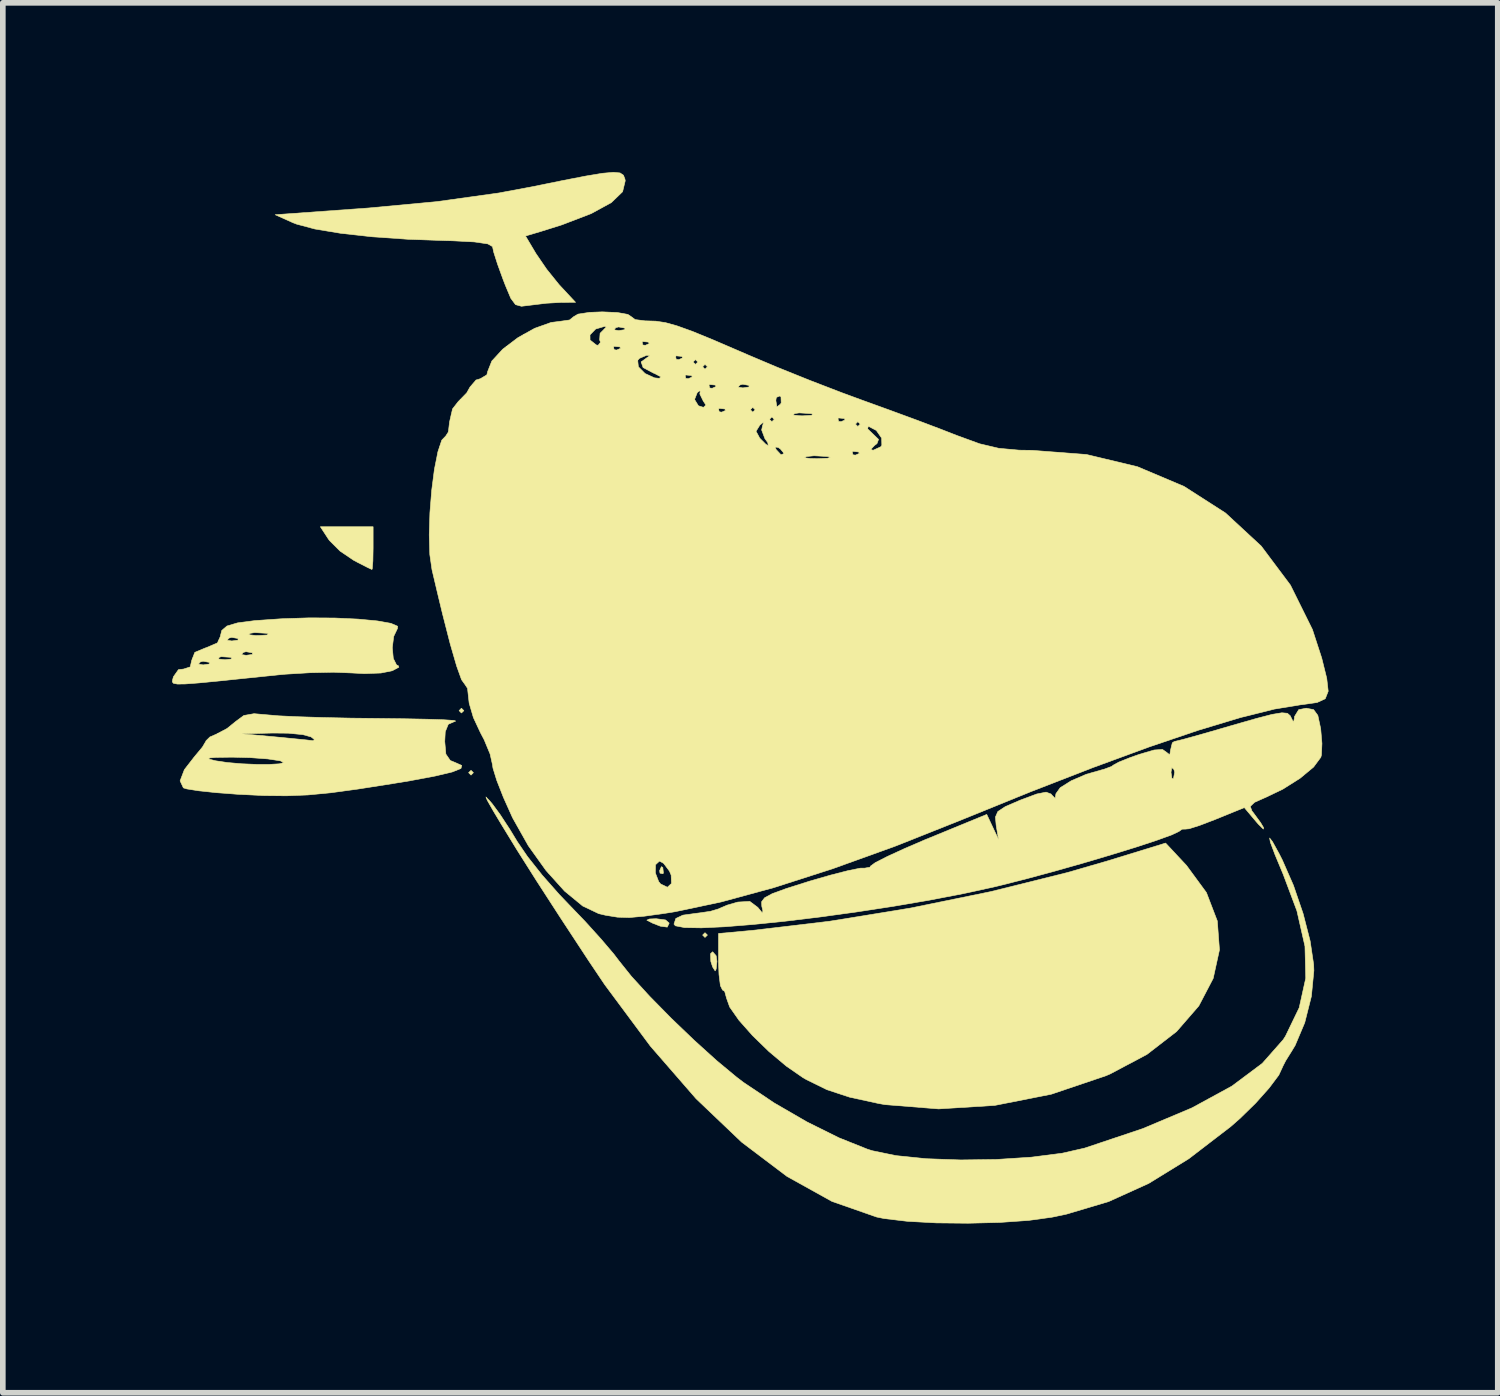
<source format=kicad_pcb>
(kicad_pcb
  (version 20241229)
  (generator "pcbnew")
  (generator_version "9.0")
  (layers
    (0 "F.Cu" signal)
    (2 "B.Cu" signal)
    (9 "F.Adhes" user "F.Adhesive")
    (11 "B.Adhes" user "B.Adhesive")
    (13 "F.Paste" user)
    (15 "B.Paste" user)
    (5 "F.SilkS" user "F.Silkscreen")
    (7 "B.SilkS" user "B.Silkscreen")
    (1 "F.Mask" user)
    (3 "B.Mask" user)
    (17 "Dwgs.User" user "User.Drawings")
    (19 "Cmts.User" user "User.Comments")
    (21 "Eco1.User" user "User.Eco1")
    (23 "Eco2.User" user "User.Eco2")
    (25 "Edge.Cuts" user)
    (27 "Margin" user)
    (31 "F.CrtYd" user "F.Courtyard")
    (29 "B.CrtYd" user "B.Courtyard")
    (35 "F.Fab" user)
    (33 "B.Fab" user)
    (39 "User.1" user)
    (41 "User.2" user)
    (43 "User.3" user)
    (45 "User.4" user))
  (footprint "wailord"
    (layer "F.Cu")
    (at 10.169 9.337)
    (property "Reference" "wailord" (at 0 0 0) (layer "F.SilkS") (effects (font (size 1.524 1.524) (thickness 0.3))))
    (attr through_hole)
    (fp_poly (pts (xy -4.995 0.212) (xy -5.038 0.254) (xy -5.08 0.212) (xy -5.038 0.169) (xy -4.995 0.212)) (stroke (width 0.01) (type solid)) (fill yes) (layer "F.SilkS"))
    (fp_poly (pts (xy -4.826 1.312) (xy -4.868 1.355) (xy -4.911 1.312) (xy -4.868 1.27) (xy -4.826 1.312)) (stroke (width 0.01) (type solid)) (fill yes) (layer "F.SilkS"))
    (fp_poly (pts (xy -0.677 4.191) (xy -0.72 4.233) (xy -0.762 4.191) (xy -0.72 4.149) (xy -0.677 4.191)) (stroke (width 0.01) (type solid)) (fill yes) (layer "F.SilkS"))
    (fp_poly (pts (xy -1.468 2.992) (xy -1.457 3.092) (xy -1.468 3.104) (xy -1.518 3.093) (xy -1.524 3.048) (xy -1.493 2.978) (xy -1.468 2.992)) (stroke (width 0.01) (type solid)) (fill yes) (layer "F.SilkS"))
    (fp_poly (pts (xy -1.419 3.923) (xy -1.355 3.979) (xy -1.389 4.05) (xy -1.513 4.033) (xy -1.651 3.979) (xy -1.751 3.927) (xy -1.705 3.906) (xy -1.587 3.901) (xy -1.419 3.923)) (stroke (width 0.01) (type solid)) (fill yes) (layer "F.SilkS"))
    (fp_poly (pts (xy -0.522 4.558) (xy -0.508 4.657) (xy -0.522 4.794) (xy -0.54 4.826) (xy -0.585 4.756) (xy -0.617 4.657) (xy -0.622 4.522) (xy -0.585 4.487) (xy -0.522 4.558)) (stroke (width 0.01) (type solid)) (fill yes) (layer "F.SilkS"))
    (fp_poly (pts (xy -6.604 -2.667) (xy -6.608 -2.441) (xy -6.619 -2.306) (xy -6.625 -2.29) (xy -6.706 -2.328) (xy -6.882 -2.418) (xy -6.951 -2.455) (xy -7.189 -2.616) (xy -7.377 -2.803) (xy -7.398 -2.832) (xy -7.539 -3.048) (xy -6.604 -3.048) (xy -6.604 -2.667)) (stroke (width 0.01) (type solid)) (fill yes) (layer "F.SilkS"))
    (fp_poly (pts (xy 7.817 2.957) (xy 8.17 3.438) (xy 8.363 3.941) (xy 8.401 4.453) (xy 8.29 4.959) (xy 8.035 5.447) (xy 7.641 5.901) (xy 7.114 6.308) (xy 6.459 6.655) (xy 6.386 6.686) (xy 5.418 7.013) (xy 4.417 7.211) (xy 3.422 7.273) (xy 2.471 7.197) (xy 2.353 7.176) (xy 1.844 7.065) (xy 1.441 6.932) (xy 1.08 6.755) (xy 1.016 6.718) (xy 0.721 6.514) (xy 0.414 6.256) (xy 0.124 5.974) (xy -0.118 5.701) (xy -0.282 5.467) (xy -0.337 5.313) (xy -0.372 5.187) (xy -0.409 5.165) (xy -0.447 5.088) (xy -0.472 4.888) (xy -0.48 4.664) (xy -0.48 4.163) (xy 0.12 4.108) (xy 1.489 3.946) (xy 2.919 3.713) (xy 4.345 3.421) (xy 5.703 3.083) (xy 6.411 2.878) (xy 7.446 2.56) (xy 7.817 2.957)) (stroke (width 0.01) (type solid)) (fill yes) (layer "F.SilkS"))
    (fp_poly (pts (xy -2.226 -9.321) (xy -2.166 -9.281) (xy -2.14 -9.215) (xy -2.134 -9.182) (xy -2.181 -8.988) (xy -2.381 -8.795) (xy -2.738 -8.6) (xy -3.257 -8.401) (xy -3.623 -8.286) (xy -3.902 -8.203) (xy -3.716 -7.89) (xy -3.528 -7.615) (xy -3.308 -7.342) (xy -3.272 -7.303) (xy -3.015 -7.027) (xy -3.264 -7.026) (xy -3.531 -7.011) (xy -3.81 -6.977) (xy -3.974 -6.957) (xy -4.079 -6.986) (xy -4.162 -7.097) (xy -4.257 -7.323) (xy -4.297 -7.426) (xy -4.397 -7.701) (xy -4.466 -7.917) (xy -4.487 -8.015) (xy -4.57 -8.063) (xy -4.809 -8.098) (xy -5.193 -8.118) (xy -5.313 -8.121) (xy -5.988 -8.145) (xy -6.62 -8.189) (xy -7.179 -8.251) (xy -7.637 -8.327) (xy -7.962 -8.414) (xy -8.024 -8.438) (xy -8.34 -8.58) (xy -6.689 -8.699) (xy -5.476 -8.812) (xy -4.379 -8.965) (xy -3.81 -9.071) (xy -3.249 -9.185) (xy -2.832 -9.266) (xy -2.538 -9.315) (xy -2.343 -9.332) (xy -2.226 -9.321)) (stroke (width 0.01) (type solid)) (fill yes) (layer "F.SilkS"))
    (fp_poly (pts (xy -8.487 0.286) (xy -8.279 0.304) (xy -7.937 0.32) (xy -7.496 0.334) (xy -6.993 0.345) (xy -6.529 0.35) (xy -6.049 0.356) (xy -5.648 0.364) (xy -5.348 0.374) (xy -5.171 0.386) (xy -5.139 0.397) (xy -5.144 0.398) (xy -5.271 0.453) (xy -5.325 0.586) (xy -5.334 0.758) (xy -5.314 0.983) (xy -5.236 1.096) (xy -5.144 1.134) (xy -5.032 1.184) (xy -5.047 1.238) (xy -5.2 1.299) (xy -5.497 1.37) (xy -5.949 1.455) (xy -6.265 1.507) (xy -6.87 1.602) (xy -7.354 1.668) (xy -7.762 1.707) (xy -8.14 1.722) (xy -8.533 1.718) (xy -8.986 1.696) (xy -9.019 1.694) (xy -9.388 1.666) (xy -9.698 1.633) (xy -9.907 1.6) (xy -9.968 1.581) (xy -10.026 1.457) (xy -9.95 1.258) (xy -9.79 1.052) (xy -9.519 1.052) (xy -9.504 1.074) (xy -9.398 1.101) (xy -9.189 1.132) (xy -8.936 1.154) (xy -8.675 1.165) (xy -8.44 1.165) (xy -8.267 1.155) (xy -8.189 1.135) (xy -8.243 1.104) (xy -8.255 1.101) (xy -8.471 1.068) (xy -8.785 1.045) (xy -9.102 1.037) (xy -9.389 1.041) (xy -9.519 1.052) (xy -9.79 1.052) (xy -9.762 1.017) (xy -9.63 0.858) (xy -9.568 0.753) (xy -9.567 0.747) (xy -9.498 0.679) (xy -9.39 0.632) (xy -9.371 0.623) (xy -8.932 0.623) (xy -8.34 0.677) (xy -8.032 0.707) (xy -7.79 0.731) (xy -7.664 0.746) (xy -7.662 0.746) (xy -7.647 0.722) (xy -7.705 0.677) (xy -7.852 0.637) (xy -8.109 0.612) (xy -8.382 0.609) (xy -8.932 0.623) (xy -9.371 0.623) (xy -9.194 0.529) (xy -9.041 0.405) (xy -8.896 0.298) (xy -8.715 0.266) (xy -8.487 0.286)) (stroke (width 0.01) (type solid)) (fill yes) (layer "F.SilkS"))
    (fp_poly (pts (xy -7.282 -1.43) (xy -6.872 -1.411) (xy -6.532 -1.379) (xy -6.289 -1.336) (xy -6.169 -1.284) (xy -6.172 -1.245) (xy -6.239 -1.104) (xy -6.264 -0.904) (xy -6.246 -0.713) (xy -6.188 -0.597) (xy -6.16 -0.587) (xy -6.147 -0.558) (xy -6.265 -0.495) (xy -6.465 -0.455) (xy -6.757 -0.444) (xy -6.985 -0.456) (xy -7.308 -0.469) (xy -7.724 -0.46) (xy -8.16 -0.434) (xy -8.297 -0.421) (xy -8.909 -0.358) (xy -9.373 -0.31) (xy -9.708 -0.278) (xy -9.934 -0.261) (xy -10.072 -0.259) (xy -10.143 -0.272) (xy -10.164 -0.298) (xy -10.158 -0.338) (xy -10.144 -0.389) (xy -10.055 -0.515) (xy -9.966 -0.525) (xy -9.847 -0.563) (xy -9.835 -0.613) (xy -9.7 -0.613) (xy -9.617 -0.599) (xy -9.507 -0.615) (xy -9.506 -0.644) (xy -9.619 -0.664) (xy -9.668 -0.651) (xy -9.7 -0.613) (xy -9.835 -0.613) (xy -9.821 -0.676) (xy -9.811 -0.703) (xy -9.345 -0.703) (xy -9.229 -0.691) (xy -9.108 -0.704) (xy -9.123 -0.733) (xy -9.296 -0.745) (xy -9.335 -0.733) (xy -9.345 -0.703) (xy -9.811 -0.703) (xy -9.78 -0.782) (xy -8.938 -0.782) (xy -8.855 -0.769) (xy -8.745 -0.784) (xy -8.744 -0.813) (xy -8.857 -0.833) (xy -8.906 -0.82) (xy -8.938 -0.782) (xy -9.78 -0.782) (xy -9.765 -0.821) (xy -9.577 -0.9) (xy -9.567 -0.902) (xy -9.364 -0.989) (xy -9.343 -1.036) (xy -9.192 -1.036) (xy -9.109 -1.023) (xy -8.999 -1.038) (xy -8.998 -1.067) (xy -9.111 -1.087) (xy -9.16 -1.074) (xy -9.192 -1.036) (xy -9.343 -1.036) (xy -9.313 -1.102) (xy -9.306 -1.134) (xy -8.811 -1.134) (xy -8.693 -1.121) (xy -8.636 -1.12) (xy -8.482 -1.129) (xy -8.464 -1.151) (xy -8.488 -1.159) (xy -8.703 -1.172) (xy -8.784 -1.159) (xy -8.811 -1.134) (xy -9.306 -1.134) (xy -9.287 -1.21) (xy -9.194 -1.289) (xy -9.007 -1.344) (xy -8.702 -1.384) (xy -8.256 -1.415) (xy -8.201 -1.418) (xy -7.734 -1.433) (xy -7.282 -1.43)) (stroke (width 0.01) (type solid)) (fill yes) (layer "F.SilkS"))
    (fp_poly (pts (xy -4.542 1.806) (xy -4.493 1.863) (xy -4.354 2.052) (xy -4.177 2.322) (xy -4.047 2.536) (xy -3.867 2.8) (xy -3.607 3.128) (xy -3.307 3.468) (xy -3.138 3.645) (xy -2.84 3.955) (xy -2.561 4.264) (xy -2.338 4.526) (xy -2.248 4.644) (xy -2.024 4.924) (xy -1.703 5.275) (xy -1.321 5.664) (xy -0.912 6.056) (xy -0.514 6.416) (xy -0.16 6.71) (xy -0.039 6.802) (xy 0.506 7.167) (xy 1.088 7.504) (xy 1.656 7.786) (xy 2.159 7.987) (xy 2.244 8.014) (xy 2.664 8.101) (xy 3.202 8.156) (xy 3.814 8.178) (xy 4.45 8.169) (xy 5.065 8.129) (xy 5.611 8.059) (xy 6.011 7.968) (xy 7.045 7.621) (xy 7.915 7.254) (xy 8.621 6.869) (xy 9.16 6.466) (xy 9.531 6.046) (xy 9.571 5.984) (xy 9.815 5.479) (xy 9.931 4.955) (xy 9.917 4.39) (xy 9.774 3.761) (xy 9.53 3.111) (xy 9.385 2.763) (xy 9.304 2.547) (xy 9.29 2.47) (xy 9.341 2.535) (xy 9.459 2.749) (xy 9.514 2.857) (xy 9.713 3.311) (xy 9.884 3.811) (xy 10.009 4.297) (xy 10.071 4.713) (xy 10.075 4.821) (xy 10.031 5.276) (xy 9.913 5.744) (xy 9.743 6.147) (xy 9.682 6.248) (xy 9.576 6.418) (xy 9.525 6.517) (xy 9.525 6.519) (xy 9.453 6.674) (xy 9.282 6.902) (xy 9.044 7.169) (xy 8.767 7.44) (xy 8.602 7.585) (xy 7.857 8.157) (xy 7.147 8.594) (xy 6.436 8.916) (xy 5.688 9.139) (xy 5.432 9.193) (xy 5.017 9.25) (xy 4.505 9.286) (xy 3.943 9.3) (xy 3.382 9.294) (xy 2.87 9.266) (xy 2.457 9.217) (xy 2.32 9.189) (xy 1.531 8.913) (xy 0.734 8.47) (xy -0.07 7.862) (xy -0.878 7.092) (xy -1.688 6.16) (xy -2.497 5.071) (xy -2.782 4.647) (xy -3.288 3.876) (xy -3.709 3.225) (xy -4.055 2.678) (xy -4.337 2.217) (xy -4.473 1.99) (xy -4.581 1.8) (xy -4.604 1.742) (xy -4.542 1.806)) (stroke (width 0.01) (type solid)) (fill yes) (layer "F.SilkS"))
    (fp_poly (pts (xy 10.07 0.194) (xy 10.145 0.296) (xy 10.193 0.52) (xy 10.196 0.536) (xy 10.218 0.794) (xy 10.209 0.998) (xy 10.198 1.039) (xy 10.07 1.212) (xy 9.829 1.412) (xy 9.523 1.605) (xy 9.235 1.743) (xy 9.024 1.837) (xy 8.947 1.91) (xy 8.978 1.993) (xy 9.001 2.021) (xy 9.13 2.197) (xy 9.183 2.286) (xy 9.179 2.312) (xy 9.091 2.225) (xy 9.045 2.172) (xy 8.842 1.931) (xy 8.316 2.145) (xy 8.052 2.246) (xy 7.863 2.306) (xy 7.789 2.313) (xy 7.789 2.312) (xy 7.738 2.314) (xy 7.684 2.353) (xy 7.556 2.414) (xy 7.294 2.509) (xy 6.927 2.63) (xy 6.483 2.767) (xy 5.991 2.913) (xy 5.48 3.058) (xy 4.98 3.193) (xy 4.519 3.31) (xy 4.403 3.338) (xy 3.857 3.457) (xy 3.254 3.573) (xy 2.615 3.682) (xy 1.961 3.782) (xy 1.314 3.871) (xy 0.695 3.946) (xy 0.124 4.004) (xy -0.376 4.044) (xy -0.785 4.063) (xy -1.082 4.058) (xy -1.245 4.027) (xy -1.27 3.997) (xy -1.237 3.897) (xy -1.113 3.838) (xy -0.859 3.803) (xy -0.847 3.802) (xy -0.623 3.77) (xy -0.474 3.725) (xy -0.466 3.72) (xy -0.326 3.66) (xy -0.139 3.606) (xy 0.074 3.594) (xy 0.216 3.7) (xy 0.216 3.7) (xy 0.299 3.802) (xy 0.306 3.759) (xy 0.287 3.68) (xy 0.284 3.6) (xy 0.337 3.53) (xy 0.472 3.457) (xy 0.716 3.368) (xy 1.094 3.248) (xy 1.142 3.233) (xy 1.51 3.127) (xy 1.819 3.048) (xy 2.033 3.005) (xy 2.114 3.004) (xy 2.204 2.988) (xy 2.215 2.968) (xy 2.3 2.906) (xy 2.512 2.798) (xy 2.821 2.656) (xy 3.195 2.495) (xy 3.26 2.469) (xy 4.275 2.052) (xy 4.38 2.275) (xy 4.485 2.498) (xy 4.442 2.244) (xy 4.429 2.099) (xy 4.472 2.001) (xy 4.605 1.913) (xy 4.862 1.802) (xy 4.88 1.795) (xy 5.161 1.69) (xy 5.327 1.657) (xy 5.415 1.69) (xy 5.431 1.71) (xy 5.488 1.767) (xy 5.502 1.684) (xy 5.578 1.578) (xy 5.772 1.456) (xy 6.038 1.341) (xy 6.163 1.305) (xy 7.542 1.305) (xy 7.558 1.415) (xy 7.586 1.416) (xy 7.607 1.303) (xy 7.593 1.254) (xy 7.556 1.222) (xy 7.542 1.305) (xy 6.163 1.305) (xy 6.331 1.257) (xy 6.35 1.253) (xy 6.49 1.201) (xy 6.519 1.178) (xy 6.618 1.124) (xy 6.823 1.042) (xy 6.98 0.987) (xy 7.242 0.91) (xy 7.391 0.9) (xy 7.465 0.952) (xy 7.52 0.997) (xy 7.534 0.91) (xy 7.565 0.783) (xy 7.599 0.76) (xy 7.701 0.736) (xy 7.93 0.674) (xy 8.254 0.582) (xy 8.636 0.471) (xy 9.051 0.352) (xy 9.332 0.279) (xy 9.508 0.25) (xy 9.606 0.259) (xy 9.656 0.303) (xy 9.667 0.326) (xy 9.714 0.419) (xy 9.729 0.349) (xy 9.731 0.318) (xy 9.806 0.195) (xy 9.939 0.169) (xy 10.07 0.194)) (stroke (width 0.01) (type solid)) (fill yes) (layer "F.SilkS"))
    (fp_poly (pts (xy -2.272 -6.846) (xy -2.088 -6.813) (xy -2.032 -6.776) (xy -1.958 -6.721) (xy -1.778 -6.698) (xy -1.757 -6.698) (xy -1.592 -6.693) (xy -1.42 -6.667) (xy -1.213 -6.609) (xy -0.943 -6.512) (xy -0.582 -6.364) (xy -0.103 -6.158) (xy 0.04 -6.096) (xy 0.553 -5.879) (xy 1.139 -5.643) (xy 1.713 -5.422) (xy 2.072 -5.29) (xy 2.539 -5.121) (xy 3.023 -4.943) (xy 3.462 -4.777) (xy 3.749 -4.665) (xy 4.15 -4.519) (xy 4.489 -4.439) (xy 4.851 -4.406) (xy 5.077 -4.403) (xy 6.044 -4.329) (xy 6.946 -4.113) (xy 7.772 -3.764) (xy 8.508 -3.292) (xy 9.141 -2.706) (xy 9.659 -2.014) (xy 10.049 -1.227) (xy 10.214 -0.72) (xy 10.303 -0.361) (xy 10.329 -0.132) (xy 10.277 0.000432) (xy 10.132 0.068) (xy 9.88 0.104) (xy 9.842 0.108) (xy 9.377 0.184) (xy 8.768 0.336) (xy 8.023 0.561) (xy 7.15 0.857) (xy 6.156 1.222) (xy 5.048 1.652) (xy 3.837 2.144) (xy 2.658 2.613) (xy 1.54 3.016) (xy 0.503 3.349) (xy -0.434 3.604) (xy -1.251 3.777) (xy -1.413 3.803) (xy -1.792 3.856) (xy -2.059 3.88) (xy -2.27 3.874) (xy -2.481 3.84) (xy -2.602 3.812) (xy -2.888 3.676) (xy -3.21 3.411) (xy -3.499 3.09) (xy -1.6 3.09) (xy -1.54 3.245) (xy -1.507 3.285) (xy -1.386 3.343) (xy -1.314 3.276) (xy -1.32 3.128) (xy -1.35 3.057) (xy -1.454 2.919) (xy -1.527 2.879) (xy -1.597 2.944) (xy -1.6 3.09) (xy -3.499 3.09) (xy -3.54 3.044) (xy -3.853 2.606) (xy -4.124 2.125) (xy -4.142 2.088) (xy -4.294 1.749) (xy -4.412 1.448) (xy -4.479 1.231) (xy -4.488 1.169) (xy -4.53 0.981) (xy -4.635 0.728) (xy -4.7 0.605) (xy -4.826 0.335) (xy -4.901 0.08) (xy -4.911 -0.009) (xy -4.93 -0.183) (xy -4.977 -0.254) (xy -5.036 -0.336) (xy -5.123 -0.578) (xy -5.237 -0.971) (xy -5.375 -1.51) (xy -5.47 -1.905) (xy -5.523 -2.13) (xy -5.56 -2.286) (xy -5.599 -2.556) (xy -5.609 -2.905) (xy -5.597 -3.297) (xy -5.565 -3.696) (xy -5.517 -4.068) (xy -5.476 -4.272) (xy 1.039 -4.272) (xy 1.146 -4.259) (xy 1.27 -4.256) (xy 1.453 -4.263) (xy 1.503 -4.28) (xy 1.46 -4.293) (xy 1.214 -4.307) (xy 1.079 -4.293) (xy 1.039 -4.272) (xy -5.476 -4.272) (xy -5.456 -4.375) (xy -5.427 -4.463) (xy 0.522 -4.463) (xy 0.542 -4.416) (xy 0.627 -4.325) (xy 0.677 -4.343) (xy 0.677 -4.355) (xy 0.661 -4.374) (xy 1.891 -4.374) (xy 1.903 -4.324) (xy 1.947 -4.318) (xy 2.017 -4.349) (xy 2.004 -4.374) (xy 1.903 -4.385) (xy 1.891 -4.374) (xy 0.661 -4.374) (xy 0.617 -4.427) (xy 0.58 -4.453) (xy 0.522 -4.463) (xy -5.427 -4.463) (xy -5.387 -4.583) (xy -5.316 -4.657) (xy -5.269 -4.73) (xy -5.268 -4.741) (xy 0.185 -4.741) (xy 0.251 -4.618) (xy 0.359 -4.51) (xy 0.402 -4.487) (xy 0.393 -4.54) (xy 0.342 -4.611) (xy 0.284 -4.765) (xy 0.289 -4.785) (xy 2.162 -4.785) (xy 2.249 -4.701) (xy 2.357 -4.597) (xy 2.329 -4.522) (xy 2.286 -4.49) (xy 2.22 -4.42) (xy 2.26 -4.404) (xy 2.395 -4.465) (xy 2.415 -4.491) (xy 2.412 -4.62) (xy 2.317 -4.756) (xy 2.184 -4.826) (xy 2.175 -4.826) (xy 2.162 -4.785) (xy 0.289 -4.785) (xy 0.301 -4.843) (xy 0.311 -4.868) (xy 1.947 -4.868) (xy 1.99 -4.826) (xy 2.032 -4.868) (xy 1.99 -4.911) (xy 1.947 -4.868) (xy 0.311 -4.868) (xy 0.328 -4.91) (xy 0.253 -4.851) (xy 0.185 -4.741) (xy -5.268 -4.741) (xy -5.249 -4.906) (xy -5.238 -4.953) (xy 0.423 -4.953) (xy 0.466 -4.911) (xy 0.508 -4.953) (xy 0.494 -4.967) (xy 1.637 -4.967) (xy 1.649 -4.917) (xy 1.693 -4.911) (xy 1.763 -4.942) (xy 1.75 -4.967) (xy 1.649 -4.977) (xy 1.637 -4.967) (xy 0.494 -4.967) (xy 0.466 -4.995) (xy 0.423 -4.953) (xy -5.238 -4.953) (xy -5.221 -5.029) (xy 0.841 -5.029) (xy 0.959 -5.016) (xy 1.016 -5.015) (xy 1.17 -5.024) (xy 1.188 -5.046) (xy 1.164 -5.054) (xy 0.949 -5.067) (xy 0.868 -5.054) (xy 0.841 -5.029) (xy -5.221 -5.029) (xy -5.196 -5.136) (xy -0.48 -5.136) (xy -0.468 -5.086) (xy -0.423 -5.08) (xy -0.354 -5.111) (xy -0.36 -5.122) (xy 0.085 -5.122) (xy 0.127 -5.08) (xy 0.169 -5.122) (xy 0.127 -5.165) (xy 0.085 -5.122) (xy -0.36 -5.122) (xy -0.367 -5.136) (xy -0.467 -5.147) (xy -0.48 -5.136) (xy -5.196 -5.136) (xy -5.196 -5.137) (xy -5.096 -5.266) (xy -5.058 -5.305) (xy -0.905 -5.305) (xy -0.837 -5.193) (xy -0.747 -5.165) (xy -0.704 -5.206) (xy -0.751 -5.278) (xy -0.756 -5.288) (xy 0.536 -5.288) (xy 0.555 -5.173) (xy 0.616 -5.22) (xy 0.631 -5.243) (xy 0.627 -5.35) (xy 0.608 -5.367) (xy 0.545 -5.342) (xy 0.536 -5.288) (xy -0.756 -5.288) (xy -0.812 -5.403) (xy -0.804 -5.448) (xy -0.816 -5.458) (xy -0.857 -5.427) (xy -0.905 -5.305) (xy -5.058 -5.305) (xy -4.944 -5.422) (xy -4.887 -5.524) (xy -4.856 -5.56) (xy -0.649 -5.56) (xy -0.637 -5.509) (xy -0.593 -5.503) (xy -0.547 -5.524) (xy -0.133 -5.524) (xy -0.049 -5.51) (xy 0.06 -5.526) (xy 0.062 -5.554) (xy -0.052 -5.575) (xy -0.101 -5.561) (xy -0.133 -5.524) (xy -0.547 -5.524) (xy -0.523 -5.534) (xy -0.536 -5.56) (xy -0.637 -5.57) (xy -0.649 -5.56) (xy -4.856 -5.56) (xy -4.779 -5.65) (xy -4.702 -5.673) (xy -4.588 -5.741) (xy -4.572 -5.803) (xy -4.499 -5.987) (xy -4.488 -5.998) (xy -1.913 -5.998) (xy -1.901 -5.884) (xy -1.783 -5.765) (xy -1.615 -5.688) (xy -1.529 -5.679) (xy -1.502 -5.707) (xy -1.545 -5.729) (xy -1.072 -5.729) (xy -1.061 -5.679) (xy -1.016 -5.673) (xy -0.946 -5.704) (xy -0.96 -5.729) (xy -1.06 -5.739) (xy -1.072 -5.729) (xy -1.545 -5.729) (xy -1.613 -5.765) (xy -1.63 -5.771) (xy -1.818 -5.871) (xy -1.822 -5.884) (xy -0.762 -5.884) (xy -0.72 -5.842) (xy -0.677 -5.884) (xy -0.72 -5.927) (xy -0.762 -5.884) (xy -1.822 -5.884) (xy -1.852 -5.969) (xy -0.931 -5.969) (xy -0.889 -5.927) (xy -0.847 -5.969) (xy -0.889 -6.011) (xy -0.931 -5.969) (xy -1.852 -5.969) (xy -1.852 -5.97) (xy -1.757 -6.04) (xy -1.717 -6.068) (xy -1.242 -6.068) (xy -1.23 -6.017) (xy -1.185 -6.011) (xy -1.116 -6.042) (xy -1.129 -6.068) (xy -1.229 -6.078) (xy -1.242 -6.068) (xy -1.717 -6.068) (xy -1.7 -6.079) (xy -1.752 -6.089) (xy -1.884 -6.033) (xy -1.913 -5.998) (xy -4.488 -5.998) (xy -4.307 -6.195) (xy -4.252 -6.237) (xy -2.342 -6.237) (xy -2.331 -6.187) (xy -2.286 -6.181) (xy -2.216 -6.212) (xy -2.23 -6.237) (xy -2.33 -6.247) (xy -2.342 -6.237) (xy -4.252 -6.237) (xy -4.04 -6.398) (xy -3.948 -6.45) (xy -2.759 -6.45) (xy -2.758 -6.359) (xy -2.647 -6.271) (xy -2.615 -6.265) (xy -2.571 -6.319) (xy -2.573 -6.322) (xy -1.834 -6.322) (xy -1.823 -6.271) (xy -1.778 -6.265) (xy -1.708 -6.296) (xy -1.722 -6.322) (xy -1.822 -6.332) (xy -1.834 -6.322) (xy -2.573 -6.322) (xy -2.588 -6.359) (xy -2.58 -6.478) (xy -2.53 -6.528) (xy -2.518 -6.54) (xy -2.334 -6.54) (xy -2.251 -6.526) (xy -2.141 -6.542) (xy -2.14 -6.57) (xy -2.253 -6.591) (xy -2.302 -6.577) (xy -2.334 -6.54) (xy -2.518 -6.54) (xy -2.471 -6.59) (xy -2.498 -6.601) (xy -2.658 -6.554) (xy -2.759 -6.45) (xy -3.948 -6.45) (xy -3.74 -6.566) (xy -3.449 -6.67) (xy -3.297 -6.689) (xy -3.121 -6.714) (xy -3.048 -6.773) (xy -2.971 -6.818) (xy -2.769 -6.849) (xy -2.54 -6.858) (xy -2.272 -6.846)) (stroke (width 0.01) (type solid)) (fill yes) (layer "F.SilkS")))
  (gr_rect
    (start -3 -3)
    (end 23.504 21.643)
    (stroke (width 0.1) (type default))
    (fill no)
    (layer "Edge.Cuts")))
</source>
